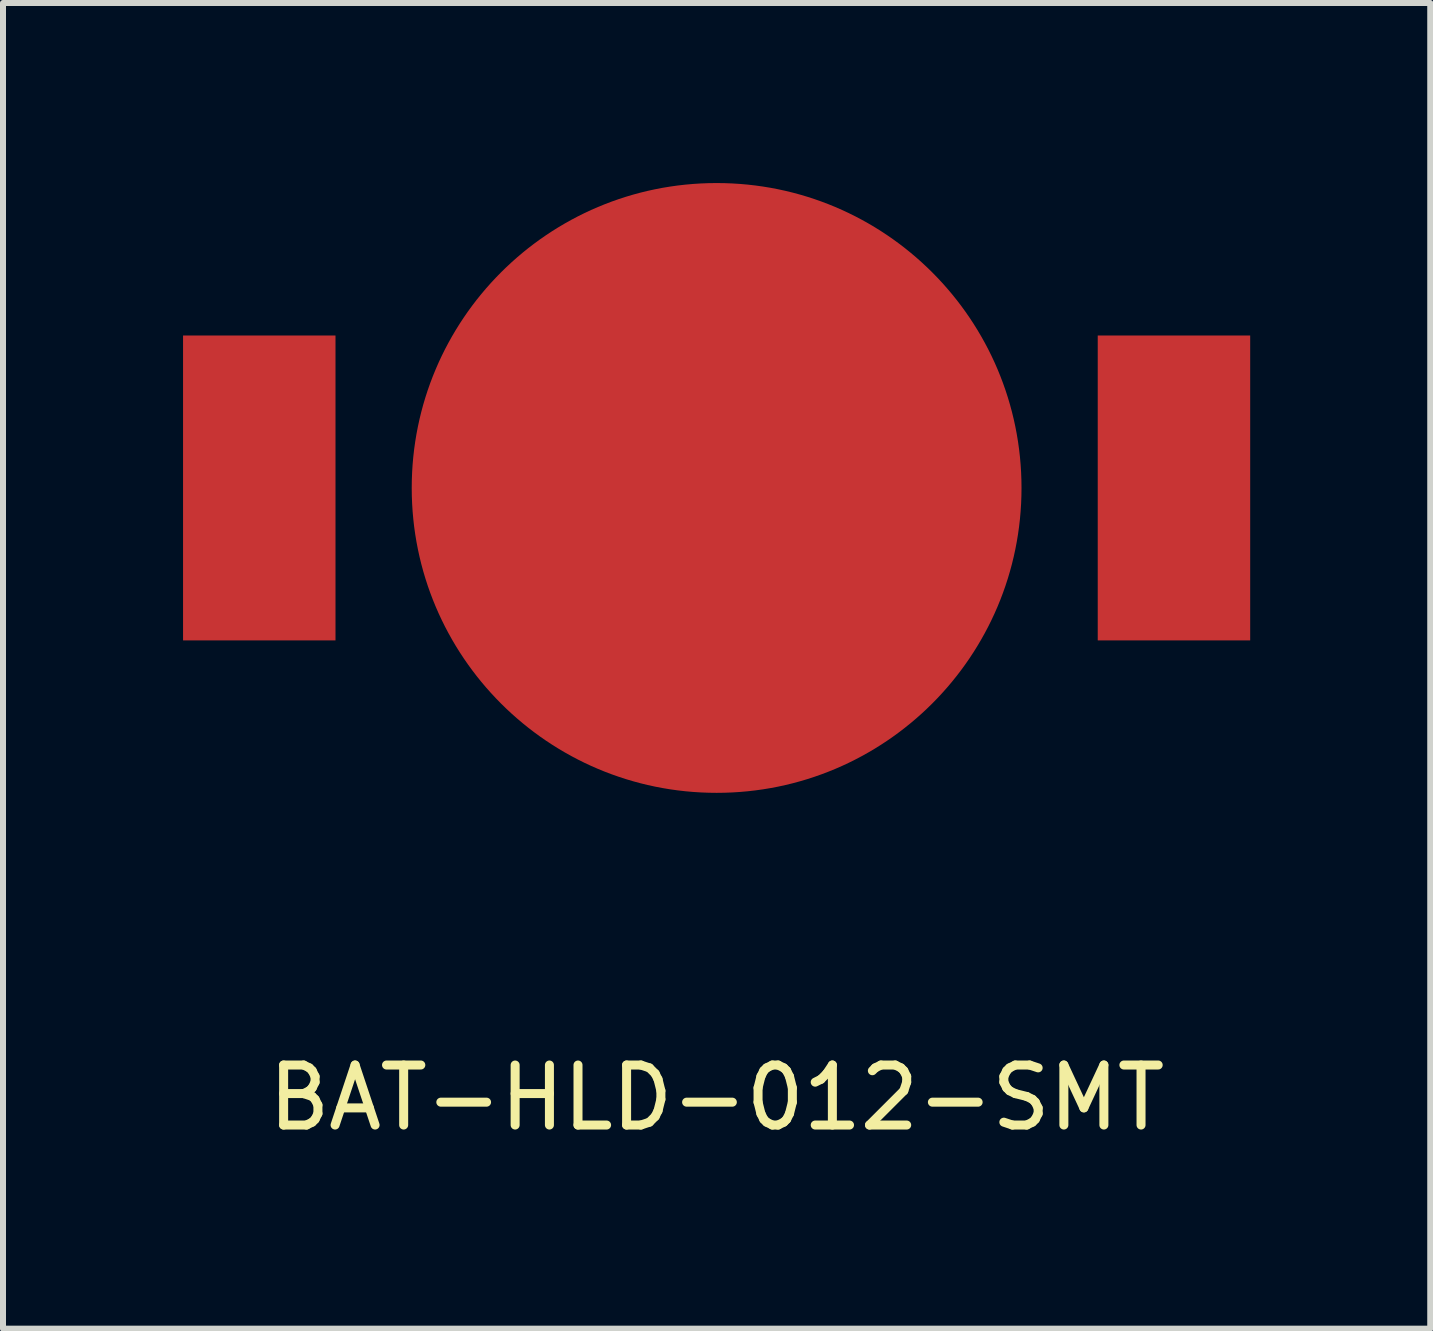
<source format=kicad_pcb>
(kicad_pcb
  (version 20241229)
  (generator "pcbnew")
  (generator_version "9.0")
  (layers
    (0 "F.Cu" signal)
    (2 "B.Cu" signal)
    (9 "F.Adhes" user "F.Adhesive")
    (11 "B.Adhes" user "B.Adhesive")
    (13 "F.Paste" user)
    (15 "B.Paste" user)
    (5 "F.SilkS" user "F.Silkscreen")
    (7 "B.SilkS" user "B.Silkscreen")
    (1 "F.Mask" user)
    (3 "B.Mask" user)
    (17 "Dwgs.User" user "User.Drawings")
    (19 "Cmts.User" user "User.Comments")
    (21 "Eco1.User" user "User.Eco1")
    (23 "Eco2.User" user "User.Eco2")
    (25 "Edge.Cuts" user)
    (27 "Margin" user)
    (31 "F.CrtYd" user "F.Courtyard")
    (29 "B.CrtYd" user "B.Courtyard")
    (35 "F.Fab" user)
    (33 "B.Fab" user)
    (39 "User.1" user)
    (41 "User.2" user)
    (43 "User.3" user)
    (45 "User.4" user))
  (footprint "BAT-HLD-012-SMT"
    (layer "F.Cu")
    (at 8.89 5.08)
    (property "Reference" "BAT-HLD-012-SMT" (at 0 10.16 0) (layer "F.SilkS") (effects (font (size 1 1) (thickness 0.15))))
    (attr through_hole)
    (pad "1" smd rect (at -7.62 0) (size 2.54 5.08) (layers "F.Cu" "F.Mask" "F.Paste"))
    (pad "1" smd rect (at 7.62 0) (size 2.54 5.08) (layers "F.Cu" "F.Mask" "F.Paste"))
    (pad "2" smd circle (at 0 0) (size 10.16 10.16) (layers "F.Cu" "F.Mask" "F.Paste")))
  (gr_rect
    (start -3 -3)
    (end 20.78 19.088)
    (stroke (width 0.1) (type default))
    (fill no)
    (layer "Edge.Cuts")))
</source>
